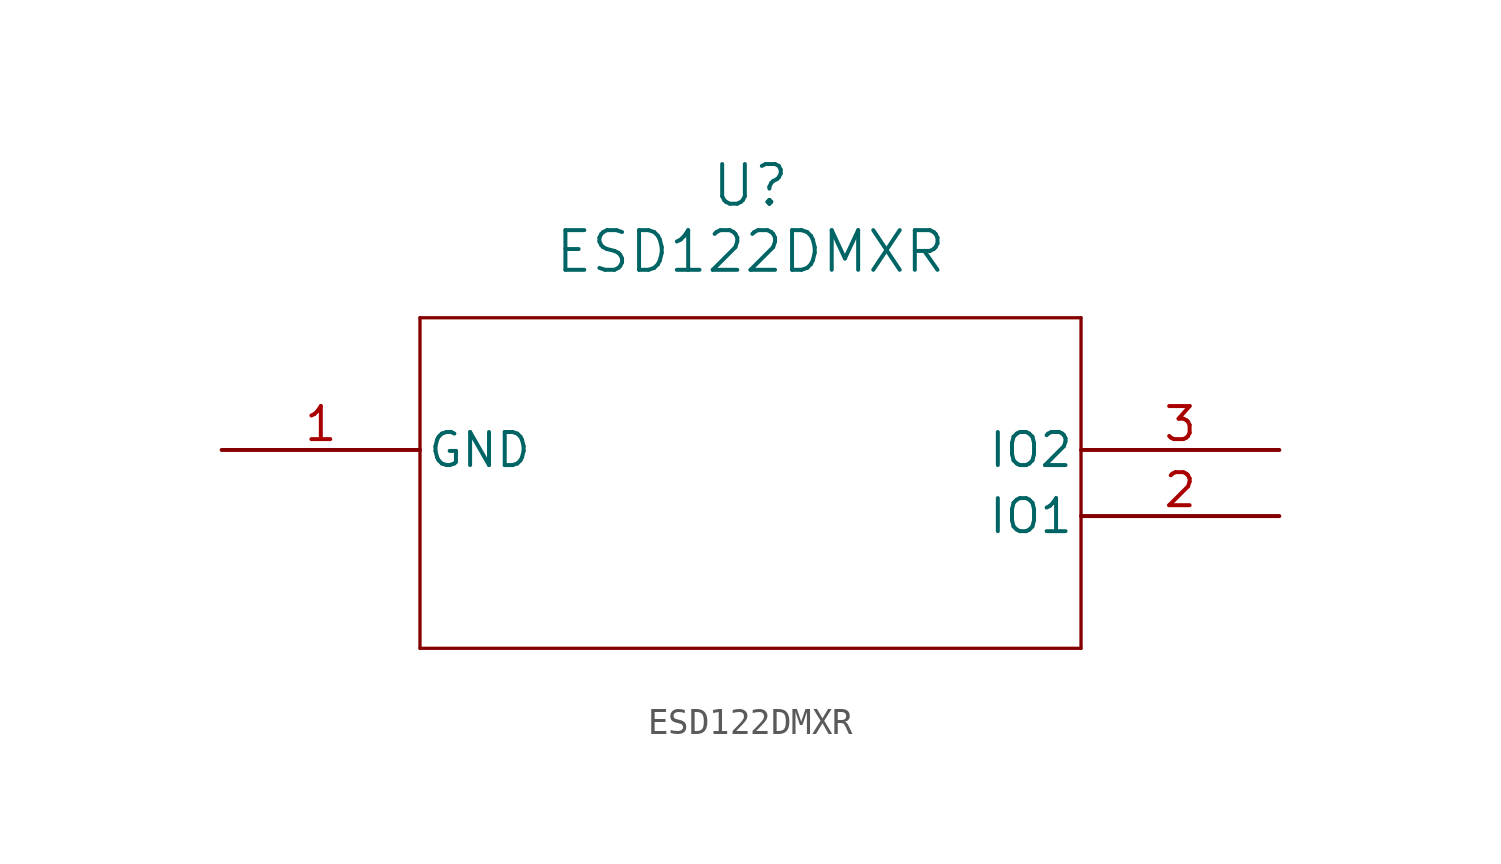
<source format=kicad_sym>
(kicad_symbol_lib
  (version 20211014)
  (generator kicad_symbol_editor)
  (symbol "ESD122DMXR"
    (pin_names
      (offset 0.254))
    (property "Reference" "U"
      (at 20.32 10.16 0)
      (effects (font (size 1.524 1.524))))
    (property "Value" "ESD122DMXR"
      (at 20.32 7.62 0)
      (effects (font (size 1.524 1.524))))
    (symbol "ESD122DMXR_0_1"
      (polyline (pts (xy 7.62 5.08) (xy 7.62 -7.62)) (stroke (width 0.127) (type default) (color 0 0 0 0)) (fill (type none)))
      (polyline (pts (xy 7.62 -7.62) (xy 33.02 -7.62)) (stroke (width 0.127) (type default) (color 0 0 0 0)) (fill (type none)))
      (polyline (pts (xy 33.02 -7.62) (xy 33.02 5.08)) (stroke (width 0.127) (type default) (color 0 0 0 0)) (fill (type none)))
      (polyline (pts (xy 33.02 5.08) (xy 7.62 5.08)) (stroke (width 0.127) (type default) (color 0 0 0 0)) (fill (type none)))
      (pin power_in line (at 0 0 0) (length 7.62) (name "GND" (effects (font (size 1.27 1.27)))) (number "1" (effects (font (size 1.27 1.27)))))
      (pin input line (at 40.64 -2.54 180) (length 7.62) (name "IO1" (effects (font (size 1.27 1.27)))) (number "2" (effects (font (size 1.27 1.27)))))
      (pin input line (at 40.64 0 180) (length 7.62) (name "IO2" (effects (font (size 1.27 1.27)))) (number "3" (effects (font (size 1.27 1.27))))))))
</source>
